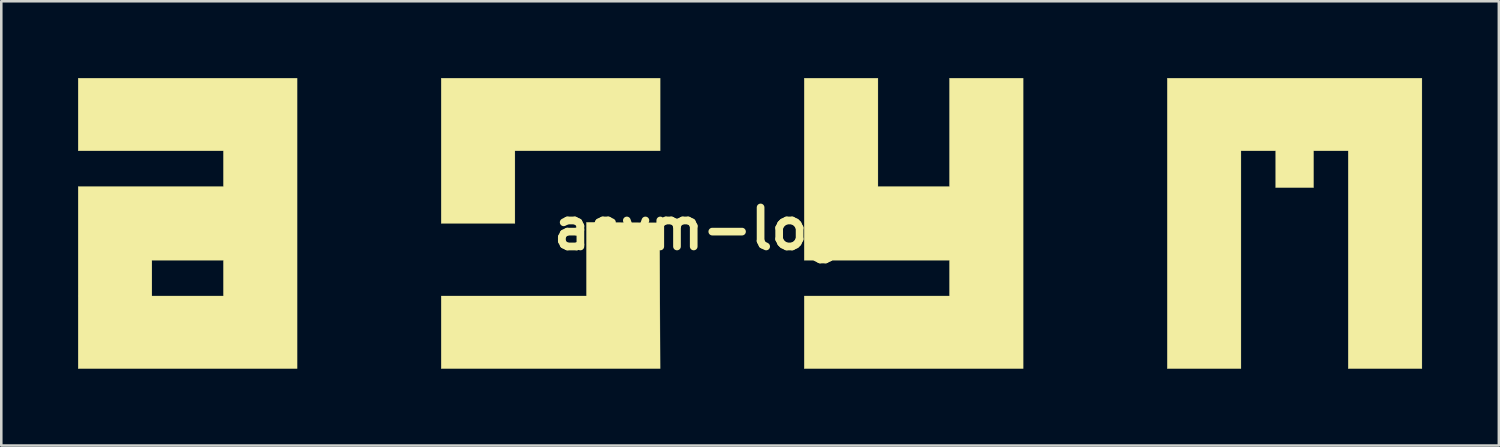
<source format=kicad_pcb>
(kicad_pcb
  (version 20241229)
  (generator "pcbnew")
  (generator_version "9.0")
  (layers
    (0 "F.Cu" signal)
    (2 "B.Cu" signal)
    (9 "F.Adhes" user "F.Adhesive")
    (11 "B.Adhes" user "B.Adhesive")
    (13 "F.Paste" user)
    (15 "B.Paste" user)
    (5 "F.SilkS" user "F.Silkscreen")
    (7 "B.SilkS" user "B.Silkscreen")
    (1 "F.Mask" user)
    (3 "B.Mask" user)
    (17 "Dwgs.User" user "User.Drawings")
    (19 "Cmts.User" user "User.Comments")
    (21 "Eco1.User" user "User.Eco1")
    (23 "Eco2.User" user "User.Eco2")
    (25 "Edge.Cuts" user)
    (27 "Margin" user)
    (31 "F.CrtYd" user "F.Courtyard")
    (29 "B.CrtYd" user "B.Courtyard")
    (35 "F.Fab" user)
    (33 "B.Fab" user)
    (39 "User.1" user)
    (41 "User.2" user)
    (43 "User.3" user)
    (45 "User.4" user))
  (footprint "asym-logo-2"
    (layer "F.Cu")
    (at 26.59 5.889)
    (property "Reference" "asym-logo-2" (at 0 0 0) (layer "F.SilkS") (effects (font (size 1.524 1.524) (thickness 0.3))))
    (attr through_hole)
    (fp_poly (pts (xy -3.852 -3.048) (xy -9.525 -3.048) (xy -9.525 -0.212) (xy -12.404 -0.212) (xy -12.404 -5.884) (xy -3.852 -5.884) (xy -3.852 -3.048)) (stroke (width 0.01) (type solid)) (fill yes) (layer "F.SilkS"))
    (fp_poly (pts (xy -5.302 -0.244) (xy -3.873 -0.233) (xy -3.863 2.614) (xy -3.852 5.461) (xy -12.404 5.461) (xy -12.404 2.625) (xy -6.731 2.625) (xy -6.731 -0.255) (xy -5.302 -0.244)) (stroke (width 0.01) (type solid)) (fill yes) (layer "F.SilkS"))
    (fp_poly (pts (xy 4.657 -1.651) (xy 7.451 -1.651) (xy 7.451 -5.884) (xy 10.329 -5.884) (xy 10.329 5.461) (xy 1.778 5.461) (xy 1.778 2.625) (xy 7.451 2.625) (xy 7.451 1.228) (xy 1.778 1.228) (xy 1.778 -5.884) (xy 4.657 -5.884) (xy 4.657 -1.651)) (stroke (width 0.01) (type solid)) (fill yes) (layer "F.SilkS"))
    (fp_poly (pts (xy 25.908 5.461) (xy 23.029 5.461) (xy 23.029 -3.048) (xy 21.675 -3.048) (xy 21.675 -1.609) (xy 20.193 -1.609) (xy 20.193 -3.048) (xy 18.838 -3.048) (xy 18.838 5.461) (xy 15.96 5.461) (xy 15.96 -5.884) (xy 25.908 -5.884) (xy 25.908 5.461)) (stroke (width 0.01) (type solid)) (fill yes) (layer "F.SilkS"))
    (fp_poly (pts (xy -18.034 5.461) (xy -26.585 5.461) (xy -26.585 1.228) (xy -23.707 1.228) (xy -23.707 2.625) (xy -20.913 2.625) (xy -20.913 1.228) (xy -23.707 1.228) (xy -26.585 1.228) (xy -26.585 -1.651) (xy -20.913 -1.651) (xy -20.913 -3.048) (xy -26.585 -3.048) (xy -26.585 -5.884) (xy -18.034 -5.884) (xy -18.034 5.461)) (stroke (width 0.01) (type solid)) (fill yes) (layer "F.SilkS")))
  (gr_rect
    (start -3 -3)
    (end 55.503 14.355)
    (stroke (width 0.1) (type default))
    (fill no)
    (layer "Edge.Cuts")))
</source>
